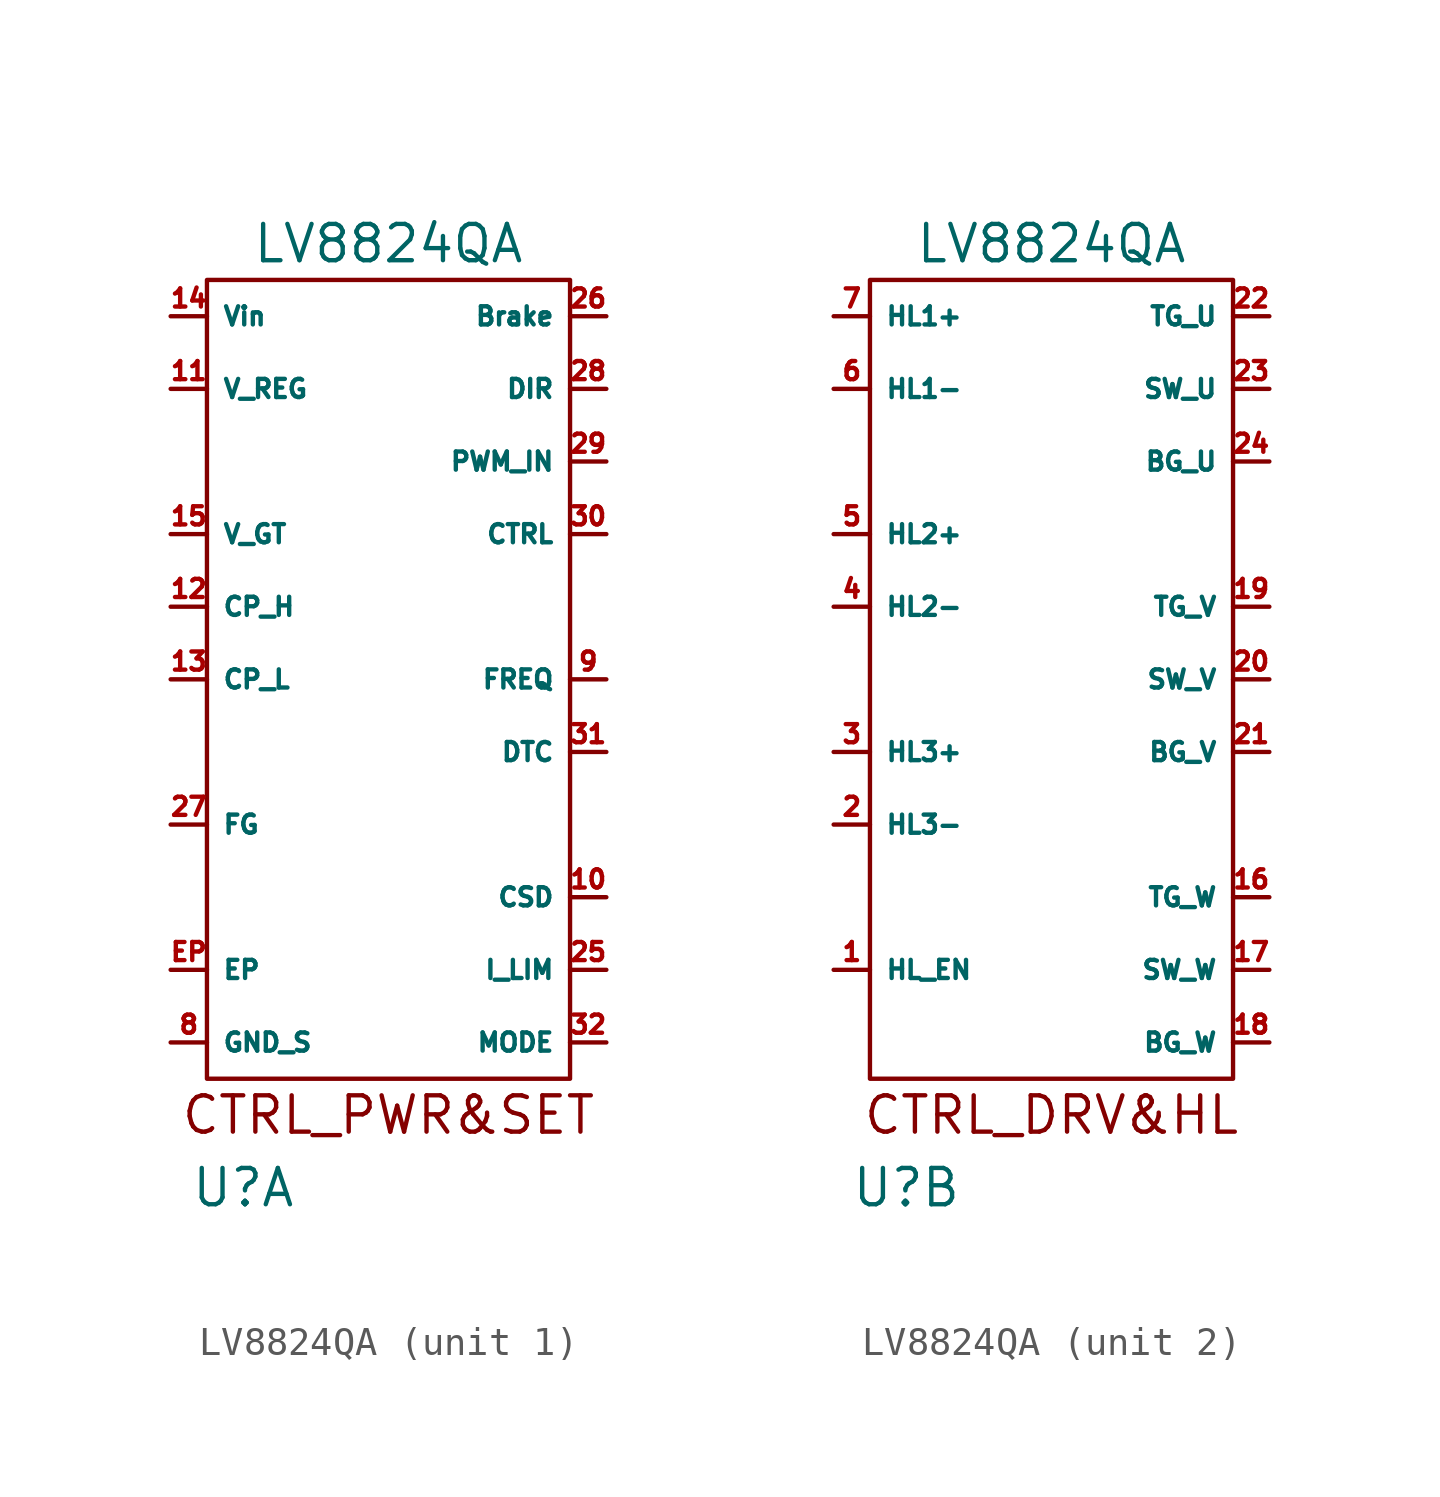
<source format=kicad_sym>
(kicad_symbol_lib
  (version 20211014)
  (generator kicad_symbol_editor)
  (symbol "LV8824QA"
    (property "Reference" "U"
      (at -5.08 -17.78 0)
      (effects (font (size 1.27 1.27))))
    (property "Value" "LV8824QA"
      (at 0 15.24 0)
      (effects (font (size 1.27 1.27))))
    (property "ki_locked" ""
      (at 0 0 0)
      (effects (font (size 1.27 1.27))))
    (symbol "LV8824QA_1_0"
      (text "CTRL_PWR&SET" (at 0 -15.24 0) (effects (font (size 1.27 1.27)))))
    (symbol "LV8824QA_1_1"
      (rectangle (start -6.35 13.97) (end 6.35 -13.97) (stroke (width 0) (type default) (color 0 0 0 0)) (fill (type none)))
      (pin input line (at 7.62 -7.62 180) (length 1.27) (name "CSD" (effects (font (size 0.635 0.635)))) (number "10" (effects (font (size 0.635 0.635)))))
      (pin power_out line (at -7.62 10.16 0) (length 1.27) (name "V_REG" (effects (font (size 0.635 0.635)))) (number "11" (effects (font (size 0.635 0.635)))))
      (pin power_out line (at -7.62 2.54 0) (length 1.27) (name "CP_H" (effects (font (size 0.635 0.635)))) (number "12" (effects (font (size 0.635 0.635)))))
      (pin power_out line (at -7.62 0 0) (length 1.27) (name "CP_L" (effects (font (size 0.635 0.635)))) (number "13" (effects (font (size 0.635 0.635)))))
      (pin power_in line (at -7.62 12.7 0) (length 1.27) (name "Vin" (effects (font (size 0.635 0.635)))) (number "14" (effects (font (size 0.635 0.635)))))
      (pin power_out line (at -7.62 5.08 0) (length 1.27) (name "V_GT" (effects (font (size 0.635 0.635)))) (number "15" (effects (font (size 0.635 0.635)))))
      (pin input line (at 7.62 -10.16 180) (length 1.27) (name "I_LIM" (effects (font (size 0.635 0.635)))) (number "25" (effects (font (size 0.635 0.635)))))
      (pin input line (at 7.62 12.7 180) (length 1.27) (name "Brake" (effects (font (size 0.635 0.635)))) (number "26" (effects (font (size 0.635 0.635)))))
      (pin output line (at -7.62 -5.08 0) (length 1.27) (name "FG" (effects (font (size 0.635 0.635)))) (number "27" (effects (font (size 0.635 0.635)))))
      (pin input line (at 7.62 10.16 180) (length 1.27) (name "DIR" (effects (font (size 0.635 0.635)))) (number "28" (effects (font (size 0.635 0.635)))))
      (pin input line (at 7.62 7.62 180) (length 1.27) (name "PWM_IN" (effects (font (size 0.635 0.635)))) (number "29" (effects (font (size 0.635 0.635)))))
      (pin input line (at 7.62 5.08 180) (length 1.27) (name "CTRL" (effects (font (size 0.635 0.635)))) (number "30" (effects (font (size 0.635 0.635)))))
      (pin input line (at 7.62 -2.54 180) (length 1.27) (name "DTC" (effects (font (size 0.635 0.635)))) (number "31" (effects (font (size 0.635 0.635)))))
      (pin input line (at 7.62 -12.7 180) (length 1.27) (name "MODE" (effects (font (size 0.635 0.635)))) (number "32" (effects (font (size 0.635 0.635)))))
      (pin power_in line (at -7.62 -12.7 0) (length 1.27) (name "GND_S" (effects (font (size 0.635 0.635)))) (number "8" (effects (font (size 0.635 0.635)))))
      (pin input line (at 7.62 0 180) (length 1.27) (name "FREQ" (effects (font (size 0.635 0.635)))) (number "9" (effects (font (size 0.635 0.635)))))
      (pin power_in line (at -7.62 -10.16 0) (length 1.27) (name "EP" (effects (font (size 0.635 0.635)))) (number "EP" (effects (font (size 0.635 0.635))))))
    (symbol "LV8824QA_2_0"
      (text "CTRL_DRV&HL" (at 0 -15.24 0) (effects (font (size 1.27 1.27)))))
    (symbol "LV8824QA_2_1"
      (rectangle (start -6.35 13.97) (end 6.35 -13.97) (stroke (width 0) (type default) (color 0 0 0 0)) (fill (type none)))
      (pin output line (at -7.62 -10.16 0) (length 1.27) (name "HL_EN" (effects (font (size 0.635 0.635)))) (number "1" (effects (font (size 0.635 0.635)))))
      (pin output line (at 7.62 -7.62 180) (length 1.27) (name "TG_W" (effects (font (size 0.635 0.635)))) (number "16" (effects (font (size 0.635 0.635)))))
      (pin power_in line (at 7.62 -10.16 180) (length 1.27) (name "SW_W" (effects (font (size 0.635 0.635)))) (number "17" (effects (font (size 0.635 0.635)))))
      (pin output line (at 7.62 -12.7 180) (length 1.27) (name "BG_W" (effects (font (size 0.635 0.635)))) (number "18" (effects (font (size 0.635 0.635)))))
      (pin output line (at 7.62 2.54 180) (length 1.27) (name "TG_V" (effects (font (size 0.635 0.635)))) (number "19" (effects (font (size 0.635 0.635)))))
      (pin input line (at -7.62 -5.08 0) (length 1.27) (name "HL3-" (effects (font (size 0.635 0.635)))) (number "2" (effects (font (size 0.635 0.635)))))
      (pin power_in line (at 7.62 0 180) (length 1.27) (name "SW_V" (effects (font (size 0.635 0.635)))) (number "20" (effects (font (size 0.635 0.635)))))
      (pin output line (at 7.62 -2.54 180) (length 1.27) (name "BG_V" (effects (font (size 0.635 0.635)))) (number "21" (effects (font (size 0.635 0.635)))))
      (pin output line (at 7.62 12.7 180) (length 1.27) (name "TG_U" (effects (font (size 0.635 0.635)))) (number "22" (effects (font (size 0.635 0.635)))))
      (pin power_in line (at 7.62 10.16 180) (length 1.27) (name "SW_U" (effects (font (size 0.635 0.635)))) (number "23" (effects (font (size 0.635 0.635)))))
      (pin output line (at 7.62 7.62 180) (length 1.27) (name "BG_U" (effects (font (size 0.635 0.635)))) (number "24" (effects (font (size 0.635 0.635)))))
      (pin input line (at -7.62 -2.54 0) (length 1.27) (name "HL3+" (effects (font (size 0.635 0.635)))) (number "3" (effects (font (size 0.635 0.635)))))
      (pin input line (at -7.62 2.54 0) (length 1.27) (name "HL2-" (effects (font (size 0.635 0.635)))) (number "4" (effects (font (size 0.635 0.635)))))
      (pin input line (at -7.62 5.08 0) (length 1.27) (name "HL2+" (effects (font (size 0.635 0.635)))) (number "5" (effects (font (size 0.635 0.635)))))
      (pin input line (at -7.62 10.16 0) (length 1.27) (name "HL1-" (effects (font (size 0.635 0.635)))) (number "6" (effects (font (size 0.635 0.635)))))
      (pin input line (at -7.62 12.7 0) (length 1.27) (name "HL1+" (effects (font (size 0.635 0.635)))) (number "7" (effects (font (size 0.635 0.635))))))))
</source>
